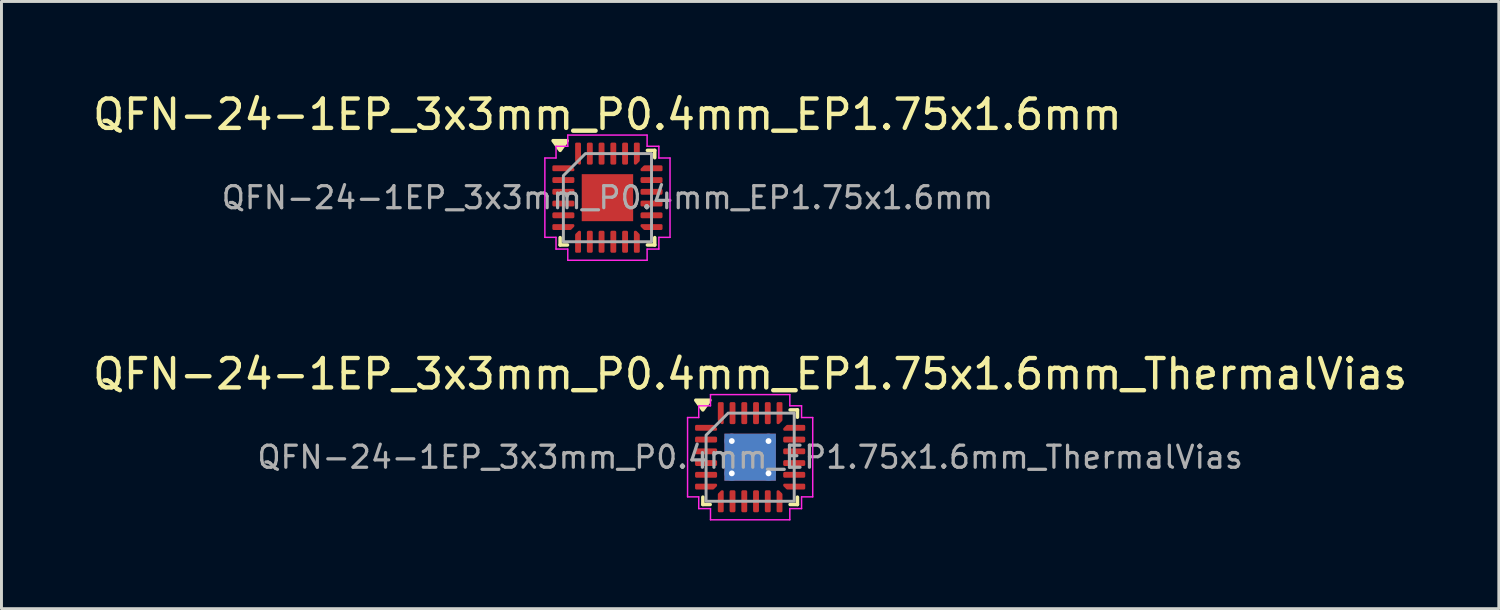
<source format=kicad_pcb>
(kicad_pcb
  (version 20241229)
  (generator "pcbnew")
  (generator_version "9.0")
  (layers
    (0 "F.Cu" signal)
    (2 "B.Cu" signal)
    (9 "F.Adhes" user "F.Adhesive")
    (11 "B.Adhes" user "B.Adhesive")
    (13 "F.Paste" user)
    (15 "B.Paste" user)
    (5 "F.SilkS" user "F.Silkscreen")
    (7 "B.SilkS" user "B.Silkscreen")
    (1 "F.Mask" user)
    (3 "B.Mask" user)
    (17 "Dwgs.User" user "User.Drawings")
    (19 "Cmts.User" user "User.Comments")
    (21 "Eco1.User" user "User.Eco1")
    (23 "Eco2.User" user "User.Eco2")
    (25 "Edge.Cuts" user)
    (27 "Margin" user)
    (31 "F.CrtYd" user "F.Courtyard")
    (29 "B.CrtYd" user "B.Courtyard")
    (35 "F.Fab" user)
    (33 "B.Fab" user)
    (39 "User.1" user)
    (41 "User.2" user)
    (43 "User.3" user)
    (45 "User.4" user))
  (footprint "QFN-24-1EP_3x3mm_P0.4mm_EP1.75x1.6mm_ThermalVias"
    (layer "F.Cu")
    (at 22.482 12.511)
    (property "Reference" "QFN-24-1EP_3x3mm_P0.4mm_EP1.75x1.6mm_ThermalVias" (at 0 -2.83 0) (layer "F.SilkS") (effects (font (size 1 1) (thickness 0.15))))
    (attr smd)
    (fp_line (start -1.61 1.61) (end -1.61 1.36) (stroke (width 0.12) (type solid)) (layer "F.SilkS"))
    (fp_line (start -1.36 1.61) (end -1.61 1.61) (stroke (width 0.12) (type solid)) (layer "F.SilkS"))
    (fp_line (start 1.36 -1.61) (end 1.61 -1.61) (stroke (width 0.12) (type solid)) (layer "F.SilkS"))
    (fp_line (start 1.36 1.61) (end 1.61 1.61) (stroke (width 0.12) (type solid)) (layer "F.SilkS"))
    (fp_line (start 1.61 -1.61) (end 1.61 -1.36) (stroke (width 0.12) (type solid)) (layer "F.SilkS"))
    (fp_line (start 1.61 1.61) (end 1.61 1.36) (stroke (width 0.12) (type solid)) (layer "F.SilkS"))
    (fp_poly (pts (xy -1.61 -1.61) (xy -1.85 -1.94) (xy -1.37 -1.94)) (stroke (width 0.12) (type solid)) (fill yes) (layer "F.SilkS"))
    (fp_line (start -2.13 -1.35) (end -1.75 -1.35) (stroke (width 0.05) (type solid)) (layer "F.CrtYd"))
    (fp_line (start -2.13 1.35) (end -2.13 -1.35) (stroke (width 0.05) (type solid)) (layer "F.CrtYd"))
    (fp_line (start -1.75 -1.75) (end -1.35 -1.75) (stroke (width 0.05) (type solid)) (layer "F.CrtYd"))
    (fp_line (start -1.75 -1.35) (end -1.75 -1.75) (stroke (width 0.05) (type solid)) (layer "F.CrtYd"))
    (fp_line (start -1.75 1.35) (end -2.13 1.35) (stroke (width 0.05) (type solid)) (layer "F.CrtYd"))
    (fp_line (start -1.75 1.75) (end -1.75 1.35) (stroke (width 0.05) (type solid)) (layer "F.CrtYd"))
    (fp_line (start -1.35 -2.13) (end 1.35 -2.13) (stroke (width 0.05) (type solid)) (layer "F.CrtYd"))
    (fp_line (start -1.35 -1.75) (end -1.35 -2.13) (stroke (width 0.05) (type solid)) (layer "F.CrtYd"))
    (fp_line (start -1.35 1.75) (end -1.75 1.75) (stroke (width 0.05) (type solid)) (layer "F.CrtYd"))
    (fp_line (start -1.35 2.13) (end -1.35 1.75) (stroke (width 0.05) (type solid)) (layer "F.CrtYd"))
    (fp_line (start 1.35 -2.13) (end 1.35 -1.75) (stroke (width 0.05) (type solid)) (layer "F.CrtYd"))
    (fp_line (start 1.35 -1.75) (end 1.75 -1.75) (stroke (width 0.05) (type solid)) (layer "F.CrtYd"))
    (fp_line (start 1.35 1.75) (end 1.35 2.13) (stroke (width 0.05) (type solid)) (layer "F.CrtYd"))
    (fp_line (start 1.35 2.13) (end -1.35 2.13) (stroke (width 0.05) (type solid)) (layer "F.CrtYd"))
    (fp_line (start 1.75 -1.75) (end 1.75 -1.35) (stroke (width 0.05) (type solid)) (layer "F.CrtYd"))
    (fp_line (start 1.75 -1.35) (end 2.13 -1.35) (stroke (width 0.05) (type solid)) (layer "F.CrtYd"))
    (fp_line (start 1.75 1.35) (end 1.75 1.75) (stroke (width 0.05) (type solid)) (layer "F.CrtYd"))
    (fp_line (start 1.75 1.75) (end 1.35 1.75) (stroke (width 0.05) (type solid)) (layer "F.CrtYd"))
    (fp_line (start 2.13 -1.35) (end 2.13 1.35) (stroke (width 0.05) (type solid)) (layer "F.CrtYd"))
    (fp_line (start 2.13 1.35) (end 1.75 1.35) (stroke (width 0.05) (type solid)) (layer "F.CrtYd"))
    (fp_poly (pts (xy -1.5 -0.75) (xy -1.5 1.5) (xy 1.5 1.5) (xy 1.5 -1.5) (xy -0.75 -1.5)) (stroke (width 0.1) (type solid)) (fill no) (layer "F.Fab"))
    (fp_text user "${REFERENCE}" (at 0 0 0) (layer "F.Fab") (effects (font (size 0.75 0.75) (thickness 0.11))))
    (pad "" smd roundrect (at -0.44 -0.4) (size 0.76 0.69) (layers "F.Paste") (roundrect_rratio 0.25))
    (pad "" smd roundrect (at -0.44 0.4) (size 0.76 0.69) (layers "F.Paste") (roundrect_rratio 0.25))
    (pad "" smd roundrect (at 0.44 -0.4) (size 0.76 0.69) (layers "F.Paste") (roundrect_rratio 0.25))
    (pad "" smd roundrect (at 0.44 0.4) (size 0.76 0.69) (layers "F.Paste") (roundrect_rratio 0.25))
    (pad "1" smd custom (at -1.5 -1) (size 0.115 0.115) (layers "F.Cu" "F.Mask" "F.Paste") (options (anchor circle)) (primitives (gr_poly (pts (xy -0.335 -0.06) (xy 0.238 -0.06) (xy 0.335 0.037) (xy 0.335 0.06) (xy -0.335 0.06)) (width 0.08) (fill yes))))
    (pad "2" smd roundrect (at -1.5 -0.6) (size 0.75 0.2) (layers "F.Cu" "F.Mask" "F.Paste") (roundrect_rratio 0.25))
    (pad "3" smd roundrect (at -1.5 -0.2) (size 0.75 0.2) (layers "F.Cu" "F.Mask" "F.Paste") (roundrect_rratio 0.25))
    (pad "4" smd roundrect (at -1.5 0.2) (size 0.75 0.2) (layers "F.Cu" "F.Mask" "F.Paste") (roundrect_rratio 0.25))
    (pad "5" smd roundrect (at -1.5 0.6) (size 0.75 0.2) (layers "F.Cu" "F.Mask" "F.Paste") (roundrect_rratio 0.25))
    (pad "6" smd custom (at -1.5 1) (size 0.115 0.115) (layers "F.Cu" "F.Mask" "F.Paste") (options (anchor circle)) (primitives (gr_poly (pts (xy -0.335 -0.06) (xy 0.335 -0.06) (xy 0.335 -0.037) (xy 0.238 0.06) (xy -0.335 0.06)) (width 0.08) (fill yes))))
    (pad "7" smd custom (at -1 1.5) (size 0.115 0.115) (layers "F.Cu" "F.Mask" "F.Paste") (options (anchor circle)) (primitives (gr_poly (pts (xy -0.06 -0.238) (xy 0.037 -0.335) (xy 0.06 -0.335) (xy 0.06 0.335) (xy -0.06 0.335)) (width 0.08) (fill yes))))
    (pad "8" smd roundrect (at -0.6 1.5) (size 0.2 0.75) (layers "F.Cu" "F.Mask" "F.Paste") (roundrect_rratio 0.25))
    (pad "9" smd roundrect (at -0.2 1.5) (size 0.2 0.75) (layers "F.Cu" "F.Mask" "F.Paste") (roundrect_rratio 0.25))
    (pad "10" smd roundrect (at 0.2 1.5) (size 0.2 0.75) (layers "F.Cu" "F.Mask" "F.Paste") (roundrect_rratio 0.25))
    (pad "11" smd roundrect (at 0.6 1.5) (size 0.2 0.75) (layers "F.Cu" "F.Mask" "F.Paste") (roundrect_rratio 0.25))
    (pad "12" smd custom (at 1 1.5) (size 0.115 0.115) (layers "F.Cu" "F.Mask" "F.Paste") (options (anchor circle)) (primitives (gr_poly (pts (xy -0.06 -0.335) (xy -0.037 -0.335) (xy 0.06 -0.238) (xy 0.06 0.335) (xy -0.06 0.335)) (width 0.08) (fill yes))))
    (pad "13" smd custom (at 1.5 1) (size 0.115 0.115) (layers "F.Cu" "F.Mask" "F.Paste") (options (anchor circle)) (primitives (gr_poly (pts (xy -0.335 -0.06) (xy 0.335 -0.06) (xy 0.335 0.06) (xy -0.238 0.06) (xy -0.335 -0.037)) (width 0.08) (fill yes))))
    (pad "14" smd roundrect (at 1.5 0.6) (size 0.75 0.2) (layers "F.Cu" "F.Mask" "F.Paste") (roundrect_rratio 0.25))
    (pad "15" smd roundrect (at 1.5 0.2) (size 0.75 0.2) (layers "F.Cu" "F.Mask" "F.Paste") (roundrect_rratio 0.25))
    (pad "16" smd roundrect (at 1.5 -0.2) (size 0.75 0.2) (layers "F.Cu" "F.Mask" "F.Paste") (roundrect_rratio 0.25))
    (pad "17" smd roundrect (at 1.5 -0.6) (size 0.75 0.2) (layers "F.Cu" "F.Mask" "F.Paste") (roundrect_rratio 0.25))
    (pad "18" smd custom (at 1.5 -1) (size 0.115 0.115) (layers "F.Cu" "F.Mask" "F.Paste") (options (anchor circle)) (primitives (gr_poly (pts (xy -0.335 0.037) (xy -0.238 -0.06) (xy 0.335 -0.06) (xy 0.335 0.06) (xy -0.335 0.06)) (width 0.08) (fill yes))))
    (pad "19" smd custom (at 1 -1.5) (size 0.115 0.115) (layers "F.Cu" "F.Mask" "F.Paste") (options (anchor circle)) (primitives (gr_poly (pts (xy -0.06 -0.335) (xy 0.06 -0.335) (xy 0.06 0.238) (xy -0.037 0.335) (xy -0.06 0.335)) (width 0.08) (fill yes))))
    (pad "20" smd roundrect (at 0.6 -1.5) (size 0.2 0.75) (layers "F.Cu" "F.Mask" "F.Paste") (roundrect_rratio 0.25))
    (pad "21" smd roundrect (at 0.2 -1.5) (size 0.2 0.75) (layers "F.Cu" "F.Mask" "F.Paste") (roundrect_rratio 0.25))
    (pad "22" smd roundrect (at -0.2 -1.5) (size 0.2 0.75) (layers "F.Cu" "F.Mask" "F.Paste") (roundrect_rratio 0.25))
    (pad "23" smd roundrect (at -0.6 -1.5) (size 0.2 0.75) (layers "F.Cu" "F.Mask" "F.Paste") (roundrect_rratio 0.25))
    (pad "24" smd custom (at -1 -1.5) (size 0.115 0.115) (layers "F.Cu" "F.Mask" "F.Paste") (options (anchor circle)) (primitives (gr_poly (pts (xy -0.06 -0.335) (xy 0.06 -0.335) (xy 0.06 0.335) (xy 0.037 0.335) (xy -0.06 0.238)) (width 0.08) (fill yes))))
    (pad "25" thru_hole circle (at -0.625 -0.55) (size 0.5 0.5) (drill 0.2) (property pad_prop_heatsink) (layers "*.Cu"))
    (pad "25" thru_hole circle (at -0.625 0.55) (size 0.5 0.5) (drill 0.2) (property pad_prop_heatsink) (layers "*.Cu"))
    (pad "25" smd rect (at 0 0) (size 1.75 1.6) (property pad_prop_heatsink) (layers "F.Cu" "F.Mask"))
    (pad "25" smd rect (at 0 0) (size 1.75 1.6) (property pad_prop_heatsink) (layers "B.Cu"))
    (pad "25" thru_hole circle (at 0.625 -0.55) (size 0.5 0.5) (drill 0.2) (property pad_prop_heatsink) (layers "*.Cu"))
    (pad "25" thru_hole circle (at 0.625 0.55) (size 0.5 0.5) (drill 0.2) (property pad_prop_heatsink) (layers "*.Cu")))
  (footprint "QFN-24-1EP_3x3mm_P0.4mm_EP1.75x1.6mm"
    (layer "F.Cu")
    (at 17.625 3.678)
    (property "Reference" "QFN-24-1EP_3x3mm_P0.4mm_EP1.75x1.6mm" (at 0 -2.83 0) (layer "F.SilkS") (effects (font (size 1 1) (thickness 0.15))))
    (attr smd)
    (fp_line (start -1.61 1.61) (end -1.61 1.36) (stroke (width 0.12) (type solid)) (layer "F.SilkS"))
    (fp_line (start -1.36 1.61) (end -1.61 1.61) (stroke (width 0.12) (type solid)) (layer "F.SilkS"))
    (fp_line (start 1.36 -1.61) (end 1.61 -1.61) (stroke (width 0.12) (type solid)) (layer "F.SilkS"))
    (fp_line (start 1.36 1.61) (end 1.61 1.61) (stroke (width 0.12) (type solid)) (layer "F.SilkS"))
    (fp_line (start 1.61 -1.61) (end 1.61 -1.36) (stroke (width 0.12) (type solid)) (layer "F.SilkS"))
    (fp_line (start 1.61 1.61) (end 1.61 1.36) (stroke (width 0.12) (type solid)) (layer "F.SilkS"))
    (fp_poly (pts (xy -1.61 -1.61) (xy -1.85 -1.94) (xy -1.37 -1.94)) (stroke (width 0.12) (type solid)) (fill yes) (layer "F.SilkS"))
    (fp_line (start -2.13 -1.35) (end -1.75 -1.35) (stroke (width 0.05) (type solid)) (layer "F.CrtYd"))
    (fp_line (start -2.13 1.35) (end -2.13 -1.35) (stroke (width 0.05) (type solid)) (layer "F.CrtYd"))
    (fp_line (start -1.75 -1.75) (end -1.35 -1.75) (stroke (width 0.05) (type solid)) (layer "F.CrtYd"))
    (fp_line (start -1.75 -1.35) (end -1.75 -1.75) (stroke (width 0.05) (type solid)) (layer "F.CrtYd"))
    (fp_line (start -1.75 1.35) (end -2.13 1.35) (stroke (width 0.05) (type solid)) (layer "F.CrtYd"))
    (fp_line (start -1.75 1.75) (end -1.75 1.35) (stroke (width 0.05) (type solid)) (layer "F.CrtYd"))
    (fp_line (start -1.35 -2.13) (end 1.35 -2.13) (stroke (width 0.05) (type solid)) (layer "F.CrtYd"))
    (fp_line (start -1.35 -1.75) (end -1.35 -2.13) (stroke (width 0.05) (type solid)) (layer "F.CrtYd"))
    (fp_line (start -1.35 1.75) (end -1.75 1.75) (stroke (width 0.05) (type solid)) (layer "F.CrtYd"))
    (fp_line (start -1.35 2.13) (end -1.35 1.75) (stroke (width 0.05) (type solid)) (layer "F.CrtYd"))
    (fp_line (start 1.35 -2.13) (end 1.35 -1.75) (stroke (width 0.05) (type solid)) (layer "F.CrtYd"))
    (fp_line (start 1.35 -1.75) (end 1.75 -1.75) (stroke (width 0.05) (type solid)) (layer "F.CrtYd"))
    (fp_line (start 1.35 1.75) (end 1.35 2.13) (stroke (width 0.05) (type solid)) (layer "F.CrtYd"))
    (fp_line (start 1.35 2.13) (end -1.35 2.13) (stroke (width 0.05) (type solid)) (layer "F.CrtYd"))
    (fp_line (start 1.75 -1.75) (end 1.75 -1.35) (stroke (width 0.05) (type solid)) (layer "F.CrtYd"))
    (fp_line (start 1.75 -1.35) (end 2.13 -1.35) (stroke (width 0.05) (type solid)) (layer "F.CrtYd"))
    (fp_line (start 1.75 1.35) (end 1.75 1.75) (stroke (width 0.05) (type solid)) (layer "F.CrtYd"))
    (fp_line (start 1.75 1.75) (end 1.35 1.75) (stroke (width 0.05) (type solid)) (layer "F.CrtYd"))
    (fp_line (start 2.13 -1.35) (end 2.13 1.35) (stroke (width 0.05) (type solid)) (layer "F.CrtYd"))
    (fp_line (start 2.13 1.35) (end 1.75 1.35) (stroke (width 0.05) (type solid)) (layer "F.CrtYd"))
    (fp_poly (pts (xy -1.5 -0.75) (xy -1.5 1.5) (xy 1.5 1.5) (xy 1.5 -1.5) (xy -0.75 -1.5)) (stroke (width 0.1) (type solid)) (fill no) (layer "F.Fab"))
    (fp_text user "${REFERENCE}" (at 0 0 0) (layer "F.Fab") (effects (font (size 0.75 0.75) (thickness 0.11))))
    (pad "" smd roundrect (at -0.44 -0.4) (size 0.71 0.64) (layers "F.Paste") (roundrect_rratio 0.25))
    (pad "" smd roundrect (at -0.44 0.4) (size 0.71 0.64) (layers "F.Paste") (roundrect_rratio 0.25))
    (pad "" smd roundrect (at 0.44 -0.4) (size 0.71 0.64) (layers "F.Paste") (roundrect_rratio 0.25))
    (pad "" smd roundrect (at 0.44 0.4) (size 0.71 0.64) (layers "F.Paste") (roundrect_rratio 0.25))
    (pad "1" smd custom (at -1.5 -1) (size 0.115 0.115) (layers "F.Cu" "F.Mask" "F.Paste") (options (anchor circle)) (primitives (gr_poly (pts (xy -0.335 -0.06) (xy 0.238 -0.06) (xy 0.335 0.037) (xy 0.335 0.06) (xy -0.335 0.06)) (width 0.08) (fill yes))))
    (pad "2" smd roundrect (at -1.5 -0.6) (size 0.75 0.2) (layers "F.Cu" "F.Mask" "F.Paste") (roundrect_rratio 0.25))
    (pad "3" smd roundrect (at -1.5 -0.2) (size 0.75 0.2) (layers "F.Cu" "F.Mask" "F.Paste") (roundrect_rratio 0.25))
    (pad "4" smd roundrect (at -1.5 0.2) (size 0.75 0.2) (layers "F.Cu" "F.Mask" "F.Paste") (roundrect_rratio 0.25))
    (pad "5" smd roundrect (at -1.5 0.6) (size 0.75 0.2) (layers "F.Cu" "F.Mask" "F.Paste") (roundrect_rratio 0.25))
    (pad "6" smd custom (at -1.5 1) (size 0.115 0.115) (layers "F.Cu" "F.Mask" "F.Paste") (options (anchor circle)) (primitives (gr_poly (pts (xy -0.335 -0.06) (xy 0.335 -0.06) (xy 0.335 -0.037) (xy 0.238 0.06) (xy -0.335 0.06)) (width 0.08) (fill yes))))
    (pad "7" smd custom (at -1 1.5) (size 0.115 0.115) (layers "F.Cu" "F.Mask" "F.Paste") (options (anchor circle)) (primitives (gr_poly (pts (xy -0.06 -0.238) (xy 0.037 -0.335) (xy 0.06 -0.335) (xy 0.06 0.335) (xy -0.06 0.335)) (width 0.08) (fill yes))))
    (pad "8" smd roundrect (at -0.6 1.5) (size 0.2 0.75) (layers "F.Cu" "F.Mask" "F.Paste") (roundrect_rratio 0.25))
    (pad "9" smd roundrect (at -0.2 1.5) (size 0.2 0.75) (layers "F.Cu" "F.Mask" "F.Paste") (roundrect_rratio 0.25))
    (pad "10" smd roundrect (at 0.2 1.5) (size 0.2 0.75) (layers "F.Cu" "F.Mask" "F.Paste") (roundrect_rratio 0.25))
    (pad "11" smd roundrect (at 0.6 1.5) (size 0.2 0.75) (layers "F.Cu" "F.Mask" "F.Paste") (roundrect_rratio 0.25))
    (pad "12" smd custom (at 1 1.5) (size 0.115 0.115) (layers "F.Cu" "F.Mask" "F.Paste") (options (anchor circle)) (primitives (gr_poly (pts (xy -0.06 -0.335) (xy -0.037 -0.335) (xy 0.06 -0.238) (xy 0.06 0.335) (xy -0.06 0.335)) (width 0.08) (fill yes))))
    (pad "13" smd custom (at 1.5 1) (size 0.115 0.115) (layers "F.Cu" "F.Mask" "F.Paste") (options (anchor circle)) (primitives (gr_poly (pts (xy -0.335 -0.06) (xy 0.335 -0.06) (xy 0.335 0.06) (xy -0.238 0.06) (xy -0.335 -0.037)) (width 0.08) (fill yes))))
    (pad "14" smd roundrect (at 1.5 0.6) (size 0.75 0.2) (layers "F.Cu" "F.Mask" "F.Paste") (roundrect_rratio 0.25))
    (pad "15" smd roundrect (at 1.5 0.2) (size 0.75 0.2) (layers "F.Cu" "F.Mask" "F.Paste") (roundrect_rratio 0.25))
    (pad "16" smd roundrect (at 1.5 -0.2) (size 0.75 0.2) (layers "F.Cu" "F.Mask" "F.Paste") (roundrect_rratio 0.25))
    (pad "17" smd roundrect (at 1.5 -0.6) (size 0.75 0.2) (layers "F.Cu" "F.Mask" "F.Paste") (roundrect_rratio 0.25))
    (pad "18" smd custom (at 1.5 -1) (size 0.115 0.115) (layers "F.Cu" "F.Mask" "F.Paste") (options (anchor circle)) (primitives (gr_poly (pts (xy -0.335 0.037) (xy -0.238 -0.06) (xy 0.335 -0.06) (xy 0.335 0.06) (xy -0.335 0.06)) (width 0.08) (fill yes))))
    (pad "19" smd custom (at 1 -1.5) (size 0.115 0.115) (layers "F.Cu" "F.Mask" "F.Paste") (options (anchor circle)) (primitives (gr_poly (pts (xy -0.06 -0.335) (xy 0.06 -0.335) (xy 0.06 0.238) (xy -0.037 0.335) (xy -0.06 0.335)) (width 0.08) (fill yes))))
    (pad "20" smd roundrect (at 0.6 -1.5) (size 0.2 0.75) (layers "F.Cu" "F.Mask" "F.Paste") (roundrect_rratio 0.25))
    (pad "21" smd roundrect (at 0.2 -1.5) (size 0.2 0.75) (layers "F.Cu" "F.Mask" "F.Paste") (roundrect_rratio 0.25))
    (pad "22" smd roundrect (at -0.2 -1.5) (size 0.2 0.75) (layers "F.Cu" "F.Mask" "F.Paste") (roundrect_rratio 0.25))
    (pad "23" smd roundrect (at -0.6 -1.5) (size 0.2 0.75) (layers "F.Cu" "F.Mask" "F.Paste") (roundrect_rratio 0.25))
    (pad "24" smd custom (at -1 -1.5) (size 0.115 0.115) (layers "F.Cu" "F.Mask" "F.Paste") (options (anchor circle)) (primitives (gr_poly (pts (xy -0.06 -0.335) (xy 0.06 -0.335) (xy 0.06 0.335) (xy 0.037 0.335) (xy -0.06 0.238)) (width 0.08) (fill yes))))
    (pad "25" smd rect (at 0 0) (size 1.75 1.6) (property pad_prop_heatsink) (layers "F.Cu" "F.Mask")))
  (gr_rect
    (start -3 -3)
    (end 47.964 17.666)
    (stroke (width 0.1) (type default))
    (fill no)
    (layer "Edge.Cuts")))
</source>
